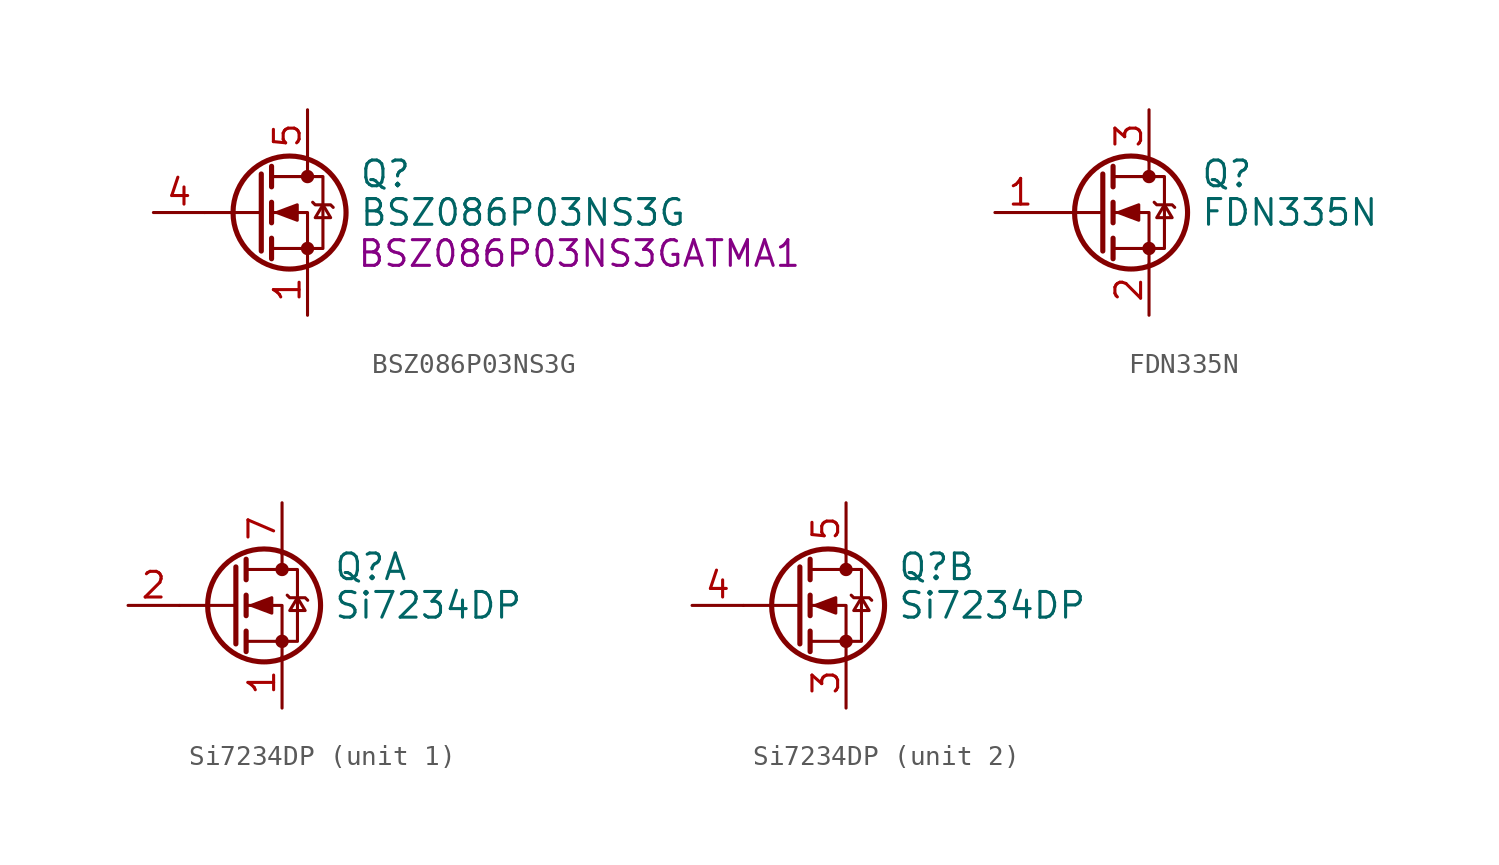
<source format=kicad_sym>
(kicad_symbol_lib
  (version 20241209)
  (generator "kicad_symbol_editor")
  (generator_version "9.0")
  (symbol "BSZ086P03NS3G"
    (pin_names
      (hide yes))
    (property "Reference" "Q"
      (at 5.08 1.905 0)
      (effects (font (size 1.27 1.27)) (justify left)))
    (property "Value" "BSZ086P03NS3G"
      (at 5.08 0 0)
      (effects (font (size 1.27 1.27)) (justify left)))
    (property "Part Number" " BSZ086P03NS3GATMA1"
      (at 15.494 -2.032 0)
      (effects (font (size 1.27 1.27))))
    (symbol "BSZ086P03NS3G_0_1"
      (polyline (pts (xy 0.254 1.905) (xy 0.254 -1.905)) (stroke (width 0.254) (type default)) (fill (type none)))
      (polyline (pts (xy 0.254 0) (xy -2.54 0)) (stroke (width 0) (type default)) (fill (type none)))
      (polyline (pts (xy 0.762 2.286) (xy 0.762 1.27)) (stroke (width 0.254) (type default)) (fill (type none)))
      (polyline (pts (xy 0.762 0.508) (xy 0.762 -0.508)) (stroke (width 0.254) (type default)) (fill (type none)))
      (polyline (pts (xy 0.762 -1.27) (xy 0.762 -2.286)) (stroke (width 0.254) (type default)) (fill (type none)))
      (polyline (pts (xy 0.762 -1.778) (xy 3.302 -1.778) (xy 3.302 1.778) (xy 0.762 1.778)) (stroke (width 0) (type default)) (fill (type none)))
      (circle (center 1.651 0) (radius 2.794) (stroke (width 0.254) (type default)) (fill (type none)))
      (polyline (pts (xy 2.54 2.54) (xy 2.54 1.778)) (stroke (width 0) (type default)) (fill (type none)))
      (circle (center 2.54 1.778) (radius 0.254) (stroke (width 0) (type default)) (fill (type outline)))
      (circle (center 2.54 -1.778) (radius 0.254) (stroke (width 0) (type default)) (fill (type outline)))
      (polyline (pts (xy 2.54 -2.54) (xy 2.54 0) (xy 0.762 0)) (stroke (width 0) (type default)) (fill (type none))))
    (symbol "BSZ086P03NS3G_1_1"
      (polyline (pts (xy 1.016 0) (xy 2.032 0.381) (xy 2.032 -0.381) (xy 1.016 0)) (stroke (width 0) (type default)) (fill (type outline)))
      (polyline (pts (xy 2.794 0.508) (xy 2.921 0.381) (xy 3.683 0.381) (xy 3.81 0.254)) (stroke (width 0) (type default)) (fill (type none)))
      (polyline (pts (xy 3.302 0.381) (xy 2.921 -0.254) (xy 3.683 -0.254) (xy 3.302 0.381)) (stroke (width 0) (type default)) (fill (type none)))
      (pin input line (at -5.08 0 0) (length 2.54) (name "G" (effects (font (size 1.27 1.27)))) (number "4" (effects (font (size 1.27 1.27)))))
      (pin passive line (at 2.54 5.08 270) (length 2.54) (name "D" (effects (font (size 1.27 1.27)))) (number "5" (effects (font (size 1.27 1.27)))))
      (pin passive line (at 2.54 5.08 270) (length 2.54) (hide yes) (name "D" (effects (font (size 1.27 1.27)))) (number "6" (effects (font (size 1.27 1.27)))))
      (pin passive line (at 2.54 5.08 270) (length 2.54) (hide yes) (name "D" (effects (font (size 1.27 1.27)))) (number "7" (effects (font (size 1.27 1.27)))))
      (pin passive line (at 2.54 5.08 270) (length 2.54) (hide yes) (name "D" (effects (font (size 1.27 1.27)))) (number "8" (effects (font (size 1.27 1.27)))))
      (pin passive line (at 2.54 -5.08 90) (length 2.54) (name "S" (effects (font (size 1.27 1.27)))) (number "1" (effects (font (size 1.27 1.27)))))
      (pin passive line (at 2.54 -5.08 90) (length 2.54) (hide yes) (name "S" (effects (font (size 1.27 1.27)))) (number "2" (effects (font (size 1.27 1.27)))))
      (pin passive line (at 2.54 -5.08 90) (length 2.54) (hide yes) (name "D" (effects (font (size 1.27 1.27)))) (number "3" (effects (font (size 1.27 1.27)))))))
  (symbol "FDN335N"
    (pin_names
      (hide yes))
    (property "Reference" "Q"
      (at 5.08 1.905 0)
      (effects (font (size 1.27 1.27)) (justify left)))
    (property "Value" "FDN335N"
      (at 5.08 0 0)
      (effects (font (size 1.27 1.27)) (justify left)))
    (symbol "FDN335N_0_1"
      (polyline (pts (xy 0.254 1.905) (xy 0.254 -1.905)) (stroke (width 0.254) (type default)) (fill (type none)))
      (polyline (pts (xy 0.254 0) (xy -2.54 0)) (stroke (width 0) (type default)) (fill (type none)))
      (polyline (pts (xy 0.762 2.286) (xy 0.762 1.27)) (stroke (width 0.254) (type default)) (fill (type none)))
      (polyline (pts (xy 0.762 0.508) (xy 0.762 -0.508)) (stroke (width 0.254) (type default)) (fill (type none)))
      (polyline (pts (xy 0.762 -1.27) (xy 0.762 -2.286)) (stroke (width 0.254) (type default)) (fill (type none)))
      (polyline (pts (xy 0.762 -1.778) (xy 3.302 -1.778) (xy 3.302 1.778) (xy 0.762 1.778)) (stroke (width 0) (type default)) (fill (type none)))
      (polyline (pts (xy 1.016 0) (xy 2.032 0.381) (xy 2.032 -0.381) (xy 1.016 0)) (stroke (width 0) (type default)) (fill (type outline)))
      (circle (center 1.651 0) (radius 2.794) (stroke (width 0.254) (type default)) (fill (type none)))
      (polyline (pts (xy 2.54 2.54) (xy 2.54 1.778)) (stroke (width 0) (type default)) (fill (type none)))
      (circle (center 2.54 1.778) (radius 0.254) (stroke (width 0) (type default)) (fill (type outline)))
      (circle (center 2.54 -1.778) (radius 0.254) (stroke (width 0) (type default)) (fill (type outline)))
      (polyline (pts (xy 2.54 -2.54) (xy 2.54 0) (xy 0.762 0)) (stroke (width 0) (type default)) (fill (type none)))
      (polyline (pts (xy 2.794 0.508) (xy 2.921 0.381) (xy 3.683 0.381) (xy 3.81 0.254)) (stroke (width 0) (type default)) (fill (type none)))
      (polyline (pts (xy 3.302 0.381) (xy 2.921 -0.254) (xy 3.683 -0.254) (xy 3.302 0.381)) (stroke (width 0) (type default)) (fill (type none))))
    (symbol "FDN335N_1_1"
      (pin input line (at -5.08 0 0) (length 2.54) (name "G" (effects (font (size 1.27 1.27)))) (number "1" (effects (font (size 1.27 1.27)))))
      (pin passive line (at 2.54 5.08 270) (length 2.54) (name "D" (effects (font (size 1.27 1.27)))) (number "3" (effects (font (size 1.27 1.27)))))
      (pin passive line (at 2.54 -5.08 90) (length 2.54) (name "S" (effects (font (size 1.27 1.27)))) (number "2" (effects (font (size 1.27 1.27)))))))
  (symbol "Si7234DP"
    (pin_names
      (hide yes))
    (property "Reference" "Q"
      (at 5.08 1.905 0)
      (effects (font (size 1.27 1.27)) (justify left)))
    (property "Value" "Si7234DP"
      (at 5.08 0 0)
      (effects (font (size 1.27 1.27)) (justify left)))
    (symbol "Si7234DP_0_1"
      (polyline (pts (xy 0.254 1.905) (xy 0.254 -1.905)) (stroke (width 0.254) (type default)) (fill (type none)))
      (polyline (pts (xy 0.254 0) (xy -2.54 0)) (stroke (width 0) (type default)) (fill (type none)))
      (polyline (pts (xy 0.762 2.286) (xy 0.762 1.27)) (stroke (width 0.254) (type default)) (fill (type none)))
      (polyline (pts (xy 0.762 0.508) (xy 0.762 -0.508)) (stroke (width 0.254) (type default)) (fill (type none)))
      (polyline (pts (xy 0.762 -1.27) (xy 0.762 -2.286)) (stroke (width 0.254) (type default)) (fill (type none)))
      (polyline (pts (xy 0.762 -1.778) (xy 3.302 -1.778) (xy 3.302 1.778) (xy 0.762 1.778)) (stroke (width 0) (type default)) (fill (type none)))
      (polyline (pts (xy 1.016 0) (xy 2.032 0.381) (xy 2.032 -0.381) (xy 1.016 0)) (stroke (width 0) (type default)) (fill (type outline)))
      (circle (center 1.651 0) (radius 2.794) (stroke (width 0.254) (type default)) (fill (type none)))
      (polyline (pts (xy 2.54 2.54) (xy 2.54 1.778)) (stroke (width 0) (type default)) (fill (type none)))
      (circle (center 2.54 1.778) (radius 0.254) (stroke (width 0) (type default)) (fill (type outline)))
      (circle (center 2.54 -1.778) (radius 0.254) (stroke (width 0) (type default)) (fill (type outline)))
      (polyline (pts (xy 2.54 -2.54) (xy 2.54 0) (xy 0.762 0)) (stroke (width 0) (type default)) (fill (type none)))
      (polyline (pts (xy 2.794 0.508) (xy 2.921 0.381) (xy 3.683 0.381) (xy 3.81 0.254)) (stroke (width 0) (type default)) (fill (type none)))
      (polyline (pts (xy 3.302 0.381) (xy 2.921 -0.254) (xy 3.683 -0.254) (xy 3.302 0.381)) (stroke (width 0) (type default)) (fill (type none))))
    (symbol "Si7234DP_1_1"
      (pin passive line (at -5.08 0 0) (length 2.54) (name "G1" (effects (font (size 1.27 1.27)))) (number "2" (effects (font (size 1.27 1.27)))))
      (pin passive line (at 2.54 5.08 270) (length 2.54) (name "D1" (effects (font (size 1.27 1.27)))) (number "7" (effects (font (size 1.27 1.27)))))
      (pin passive line (at 2.54 5.08 270) (length 2.54) (hide yes) (name "D1" (effects (font (size 1.27 1.27)))) (number "8" (effects (font (size 1.27 1.27)))))
      (pin passive line (at 2.54 -5.08 90) (length 2.54) (name "S1" (effects (font (size 1.27 1.27)))) (number "1" (effects (font (size 1.27 1.27))))))
    (symbol "Si7234DP_2_1"
      (pin passive line (at -5.08 0 0) (length 2.54) (name "G2" (effects (font (size 1.27 1.27)))) (number "4" (effects (font (size 1.27 1.27)))))
      (pin passive line (at 2.54 5.08 270) (length 2.54) (name "D2" (effects (font (size 1.27 1.27)))) (number "5" (effects (font (size 1.27 1.27)))))
      (pin passive line (at 2.54 5.08 270) (length 2.54) (hide yes) (name "D2" (effects (font (size 1.27 1.27)))) (number "6" (effects (font (size 1.27 1.27)))))
      (pin passive line (at 2.54 -5.08 90) (length 2.54) (name "S2" (effects (font (size 1.27 1.27)))) (number "3" (effects (font (size 1.27 1.27))))))))
</source>
